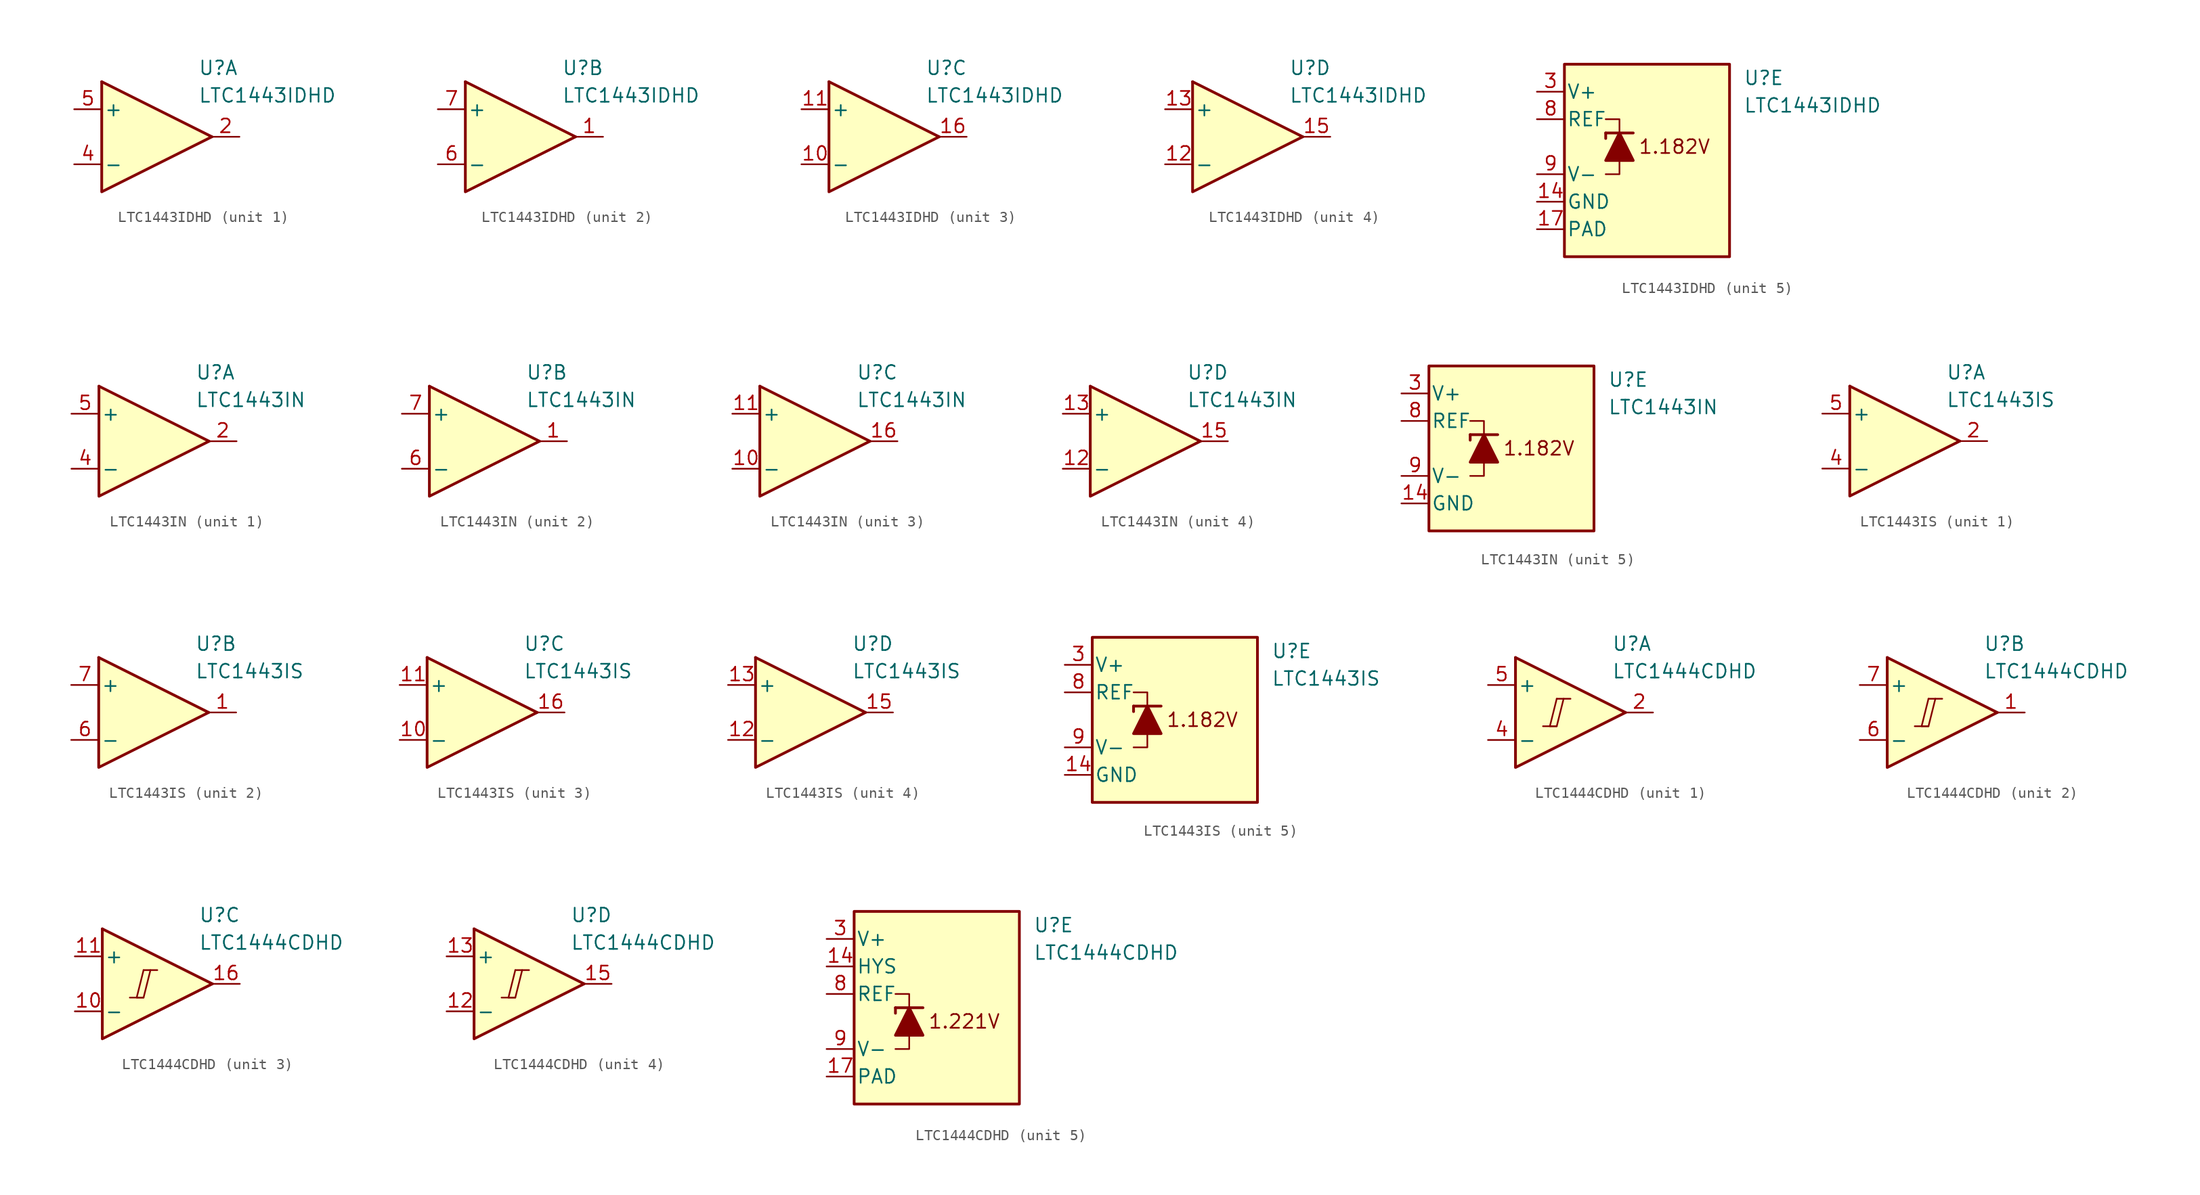
<source format=kicad_sym>
(kicad_symbol_lib
  (version 20211014)
  (generator kicad_symbol_editor)
  (symbol "LTC1443IDHD"
    (pin_names
      (offset 0.2))
    (property "Reference" "U"
      (at 5.08 6.35 0)
      (effects (font (size 1.27 1.27)) (justify left)))
    (property "Value" "LTC1443IDHD"
      (at 5.08 3.81 0)
      (effects (font (size 1.27 1.27)) (justify left)))
    (property "ki_locked" ""
      (at 0 0 0)
      (effects (font (size 1.27 1.27))))
    (symbol "LTC1443IDHD_1_1"
      (polyline (pts (xy -3.81 5.08) (xy 6.35 0)) (stroke (width 0.254) (type default) (color 0 0 0 0)) (fill (type none)))
      (polyline (pts (xy -3.81 5.08) (xy -3.81 -5.08) (xy 6.35 0)) (stroke (width 0.254) (type default) (color 0 0 0 0)) (fill (type background)))
      (pin output line (at 8.89 0 180) (length 2.54) (name "~" (effects (font (size 1.27 1.27)))) (number "2" (effects (font (size 1.27 1.27)))))
      (pin input line (at -6.35 -2.54 0) (length 2.54) (name "-" (effects (font (size 1.27 1.27)))) (number "4" (effects (font (size 1.27 1.27)))))
      (pin input line (at -6.35 2.54 0) (length 2.54) (name "+" (effects (font (size 1.27 1.27)))) (number "5" (effects (font (size 1.27 1.27))))))
    (symbol "LTC1443IDHD_2_1"
      (polyline (pts (xy -3.81 5.08) (xy 6.35 0)) (stroke (width 0.254) (type default) (color 0 0 0 0)) (fill (type none)))
      (polyline (pts (xy -3.81 5.08) (xy -3.81 -5.08) (xy 6.35 0)) (stroke (width 0.254) (type default) (color 0 0 0 0)) (fill (type background)))
      (pin output line (at 8.89 0 180) (length 2.54) (name "~" (effects (font (size 1.27 1.27)))) (number "1" (effects (font (size 1.27 1.27)))))
      (pin input line (at -6.35 -2.54 0) (length 2.54) (name "-" (effects (font (size 1.27 1.27)))) (number "6" (effects (font (size 1.27 1.27)))))
      (pin input line (at -6.35 2.54 0) (length 2.54) (name "+" (effects (font (size 1.27 1.27)))) (number "7" (effects (font (size 1.27 1.27))))))
    (symbol "LTC1443IDHD_3_1"
      (polyline (pts (xy -3.81 5.08) (xy 6.35 0)) (stroke (width 0.254) (type default) (color 0 0 0 0)) (fill (type none)))
      (polyline (pts (xy -3.81 5.08) (xy -3.81 -5.08) (xy 6.35 0)) (stroke (width 0.254) (type default) (color 0 0 0 0)) (fill (type background)))
      (pin input line (at -6.35 -2.54 0) (length 2.54) (name "-" (effects (font (size 1.27 1.27)))) (number "10" (effects (font (size 1.27 1.27)))))
      (pin input line (at -6.35 2.54 0) (length 2.54) (name "+" (effects (font (size 1.27 1.27)))) (number "11" (effects (font (size 1.27 1.27)))))
      (pin output line (at 8.89 0 180) (length 2.54) (name "~" (effects (font (size 1.27 1.27)))) (number "16" (effects (font (size 1.27 1.27))))))
    (symbol "LTC1443IDHD_4_1"
      (polyline (pts (xy -3.81 5.08) (xy 6.35 0)) (stroke (width 0.254) (type default) (color 0 0 0 0)) (fill (type none)))
      (polyline (pts (xy -3.81 5.08) (xy -3.81 -5.08) (xy 6.35 0)) (stroke (width 0.254) (type default) (color 0 0 0 0)) (fill (type background)))
      (pin input line (at -6.35 -2.54 0) (length 2.54) (name "-" (effects (font (size 1.27 1.27)))) (number "12" (effects (font (size 1.27 1.27)))))
      (pin input line (at -6.35 2.54 0) (length 2.54) (name "+" (effects (font (size 1.27 1.27)))) (number "13" (effects (font (size 1.27 1.27)))))
      (pin output line (at 8.89 0 180) (length 2.54) (name "~" (effects (font (size 1.27 1.27)))) (number "15" (effects (font (size 1.27 1.27))))))
    (symbol "LTC1443IDHD_5_0"
      (text "1.182V" (at -1.27 0 0) (effects (font (size 1.27 1.27)))))
    (symbol "LTC1443IDHD_5_1"
      (rectangle (start -11.43 7.62) (end 3.81 -10.16) (stroke (width 0.254) (type default) (color 0 0 0 0)) (fill (type background)))
      (polyline (pts (xy -7.62 1.27) (xy -7.62 0.762)) (stroke (width 0.254) (type default) (color 0 0 0 0)) (fill (type none)))
      (polyline (pts (xy -7.62 1.27) (xy -5.08 1.27)) (stroke (width 0.254) (type default) (color 0 0 0 0)) (fill (type none)))
      (polyline (pts (xy -6.35 -1.27) (xy -6.35 -2.54) (xy -7.62 -2.54)) (stroke (width 0) (type default) (color 0 0 0 0)) (fill (type none)))
      (polyline (pts (xy -6.35 1.27) (xy -6.35 2.54) (xy -7.62 2.54)) (stroke (width 0) (type default) (color 0 0 0 0)) (fill (type none)))
      (polyline (pts (xy -5.08 -1.27) (xy -7.62 -1.27) (xy -6.35 1.27) (xy -5.08 -1.27)) (stroke (width 0.254) (type default) (color 0 0 0 0)) (fill (type outline)))
      (pin power_in line (at -13.97 -5.08 0) (length 2.54) (name "GND" (effects (font (size 1.27 1.27)))) (number "14" (effects (font (size 1.27 1.27)))))
      (pin power_in line (at -13.97 -7.62 0) (length 2.54) (name "PAD" (effects (font (size 1.27 1.27)))) (number "17" (effects (font (size 1.27 1.27)))))
      (pin power_in line (at -13.97 5.08 0) (length 2.54) (name "V+" (effects (font (size 1.27 1.27)))) (number "3" (effects (font (size 1.27 1.27)))))
      (pin output line (at -13.97 2.54 0) (length 2.54) (name "REF" (effects (font (size 1.27 1.27)))) (number "8" (effects (font (size 1.27 1.27)))))
      (pin power_in line (at -13.97 -2.54 0) (length 2.54) (name "V-" (effects (font (size 1.27 1.27)))) (number "9" (effects (font (size 1.27 1.27)))))))
  (symbol "LTC1443IN"
    (pin_names
      (offset 0.2))
    (property "Reference" "U"
      (at 5.08 6.35 0)
      (effects (font (size 1.27 1.27)) (justify left)))
    (property "Value" "LTC1443IN"
      (at 5.08 3.81 0)
      (effects (font (size 1.27 1.27)) (justify left)))
    (property "ki_locked" ""
      (at 0 0 0)
      (effects (font (size 1.27 1.27))))
    (symbol "LTC1443IN_1_1"
      (polyline (pts (xy -3.81 5.08) (xy 6.35 0)) (stroke (width 0.254) (type default) (color 0 0 0 0)) (fill (type none)))
      (polyline (pts (xy -3.81 5.08) (xy -3.81 -5.08) (xy 6.35 0)) (stroke (width 0.254) (type default) (color 0 0 0 0)) (fill (type background)))
      (pin output line (at 8.89 0 180) (length 2.54) (name "~" (effects (font (size 1.27 1.27)))) (number "2" (effects (font (size 1.27 1.27)))))
      (pin input line (at -6.35 -2.54 0) (length 2.54) (name "-" (effects (font (size 1.27 1.27)))) (number "4" (effects (font (size 1.27 1.27)))))
      (pin input line (at -6.35 2.54 0) (length 2.54) (name "+" (effects (font (size 1.27 1.27)))) (number "5" (effects (font (size 1.27 1.27))))))
    (symbol "LTC1443IN_2_1"
      (polyline (pts (xy -3.81 5.08) (xy 6.35 0)) (stroke (width 0.254) (type default) (color 0 0 0 0)) (fill (type none)))
      (polyline (pts (xy -3.81 5.08) (xy -3.81 -5.08) (xy 6.35 0)) (stroke (width 0.254) (type default) (color 0 0 0 0)) (fill (type background)))
      (pin output line (at 8.89 0 180) (length 2.54) (name "~" (effects (font (size 1.27 1.27)))) (number "1" (effects (font (size 1.27 1.27)))))
      (pin input line (at -6.35 -2.54 0) (length 2.54) (name "-" (effects (font (size 1.27 1.27)))) (number "6" (effects (font (size 1.27 1.27)))))
      (pin input line (at -6.35 2.54 0) (length 2.54) (name "+" (effects (font (size 1.27 1.27)))) (number "7" (effects (font (size 1.27 1.27))))))
    (symbol "LTC1443IN_3_1"
      (polyline (pts (xy -3.81 5.08) (xy 6.35 0)) (stroke (width 0.254) (type default) (color 0 0 0 0)) (fill (type none)))
      (polyline (pts (xy -3.81 5.08) (xy -3.81 -5.08) (xy 6.35 0)) (stroke (width 0.254) (type default) (color 0 0 0 0)) (fill (type background)))
      (pin input line (at -6.35 -2.54 0) (length 2.54) (name "-" (effects (font (size 1.27 1.27)))) (number "10" (effects (font (size 1.27 1.27)))))
      (pin input line (at -6.35 2.54 0) (length 2.54) (name "+" (effects (font (size 1.27 1.27)))) (number "11" (effects (font (size 1.27 1.27)))))
      (pin output line (at 8.89 0 180) (length 2.54) (name "~" (effects (font (size 1.27 1.27)))) (number "16" (effects (font (size 1.27 1.27))))))
    (symbol "LTC1443IN_4_1"
      (polyline (pts (xy -3.81 5.08) (xy 6.35 0)) (stroke (width 0.254) (type default) (color 0 0 0 0)) (fill (type none)))
      (polyline (pts (xy -3.81 5.08) (xy -3.81 -5.08) (xy 6.35 0)) (stroke (width 0.254) (type default) (color 0 0 0 0)) (fill (type background)))
      (pin input line (at -6.35 -2.54 0) (length 2.54) (name "-" (effects (font (size 1.27 1.27)))) (number "12" (effects (font (size 1.27 1.27)))))
      (pin input line (at -6.35 2.54 0) (length 2.54) (name "+" (effects (font (size 1.27 1.27)))) (number "13" (effects (font (size 1.27 1.27)))))
      (pin output line (at 8.89 0 180) (length 2.54) (name "~" (effects (font (size 1.27 1.27)))) (number "15" (effects (font (size 1.27 1.27))))))
    (symbol "LTC1443IN_5_0"
      (text "1.182V" (at -1.27 0 0) (effects (font (size 1.27 1.27)))))
    (symbol "LTC1443IN_5_1"
      (rectangle (start -11.43 7.62) (end 3.81 -7.62) (stroke (width 0.254) (type default) (color 0 0 0 0)) (fill (type background)))
      (polyline (pts (xy -7.62 1.27) (xy -7.62 0.762)) (stroke (width 0.254) (type default) (color 0 0 0 0)) (fill (type none)))
      (polyline (pts (xy -7.62 1.27) (xy -5.08 1.27)) (stroke (width 0.254) (type default) (color 0 0 0 0)) (fill (type none)))
      (polyline (pts (xy -6.35 -1.27) (xy -6.35 -2.54) (xy -7.62 -2.54)) (stroke (width 0) (type default) (color 0 0 0 0)) (fill (type none)))
      (polyline (pts (xy -6.35 1.27) (xy -6.35 2.54) (xy -7.62 2.54)) (stroke (width 0) (type default) (color 0 0 0 0)) (fill (type none)))
      (polyline (pts (xy -5.08 -1.27) (xy -7.62 -1.27) (xy -6.35 1.27) (xy -5.08 -1.27)) (stroke (width 0.254) (type default) (color 0 0 0 0)) (fill (type outline)))
      (pin power_in line (at -13.97 -5.08 0) (length 2.54) (name "GND" (effects (font (size 1.27 1.27)))) (number "14" (effects (font (size 1.27 1.27)))))
      (pin power_in line (at -13.97 5.08 0) (length 2.54) (name "V+" (effects (font (size 1.27 1.27)))) (number "3" (effects (font (size 1.27 1.27)))))
      (pin output line (at -13.97 2.54 0) (length 2.54) (name "REF" (effects (font (size 1.27 1.27)))) (number "8" (effects (font (size 1.27 1.27)))))
      (pin power_in line (at -13.97 -2.54 0) (length 2.54) (name "V-" (effects (font (size 1.27 1.27)))) (number "9" (effects (font (size 1.27 1.27)))))))
  (symbol "LTC1443IS"
    (pin_names
      (offset 0.2))
    (property "Reference" "U"
      (at 5.08 6.35 0)
      (effects (font (size 1.27 1.27)) (justify left)))
    (property "Value" "LTC1443IS"
      (at 5.08 3.81 0)
      (effects (font (size 1.27 1.27)) (justify left)))
    (property "ki_locked" ""
      (at 0 0 0)
      (effects (font (size 1.27 1.27))))
    (symbol "LTC1443IS_1_1"
      (polyline (pts (xy -3.81 5.08) (xy 6.35 0)) (stroke (width 0.254) (type default) (color 0 0 0 0)) (fill (type none)))
      (polyline (pts (xy -3.81 5.08) (xy -3.81 -5.08) (xy 6.35 0)) (stroke (width 0.254) (type default) (color 0 0 0 0)) (fill (type background)))
      (pin output line (at 8.89 0 180) (length 2.54) (name "~" (effects (font (size 1.27 1.27)))) (number "2" (effects (font (size 1.27 1.27)))))
      (pin input line (at -6.35 -2.54 0) (length 2.54) (name "-" (effects (font (size 1.27 1.27)))) (number "4" (effects (font (size 1.27 1.27)))))
      (pin input line (at -6.35 2.54 0) (length 2.54) (name "+" (effects (font (size 1.27 1.27)))) (number "5" (effects (font (size 1.27 1.27))))))
    (symbol "LTC1443IS_2_1"
      (polyline (pts (xy -3.81 5.08) (xy 6.35 0)) (stroke (width 0.254) (type default) (color 0 0 0 0)) (fill (type none)))
      (polyline (pts (xy -3.81 5.08) (xy -3.81 -5.08) (xy 6.35 0)) (stroke (width 0.254) (type default) (color 0 0 0 0)) (fill (type background)))
      (pin output line (at 8.89 0 180) (length 2.54) (name "~" (effects (font (size 1.27 1.27)))) (number "1" (effects (font (size 1.27 1.27)))))
      (pin input line (at -6.35 -2.54 0) (length 2.54) (name "-" (effects (font (size 1.27 1.27)))) (number "6" (effects (font (size 1.27 1.27)))))
      (pin input line (at -6.35 2.54 0) (length 2.54) (name "+" (effects (font (size 1.27 1.27)))) (number "7" (effects (font (size 1.27 1.27))))))
    (symbol "LTC1443IS_3_1"
      (polyline (pts (xy -3.81 5.08) (xy 6.35 0)) (stroke (width 0.254) (type default) (color 0 0 0 0)) (fill (type none)))
      (polyline (pts (xy -3.81 5.08) (xy -3.81 -5.08) (xy 6.35 0)) (stroke (width 0.254) (type default) (color 0 0 0 0)) (fill (type background)))
      (pin input line (at -6.35 -2.54 0) (length 2.54) (name "-" (effects (font (size 1.27 1.27)))) (number "10" (effects (font (size 1.27 1.27)))))
      (pin input line (at -6.35 2.54 0) (length 2.54) (name "+" (effects (font (size 1.27 1.27)))) (number "11" (effects (font (size 1.27 1.27)))))
      (pin output line (at 8.89 0 180) (length 2.54) (name "~" (effects (font (size 1.27 1.27)))) (number "16" (effects (font (size 1.27 1.27))))))
    (symbol "LTC1443IS_4_1"
      (polyline (pts (xy -3.81 5.08) (xy 6.35 0)) (stroke (width 0.254) (type default) (color 0 0 0 0)) (fill (type none)))
      (polyline (pts (xy -3.81 5.08) (xy -3.81 -5.08) (xy 6.35 0)) (stroke (width 0.254) (type default) (color 0 0 0 0)) (fill (type background)))
      (pin input line (at -6.35 -2.54 0) (length 2.54) (name "-" (effects (font (size 1.27 1.27)))) (number "12" (effects (font (size 1.27 1.27)))))
      (pin input line (at -6.35 2.54 0) (length 2.54) (name "+" (effects (font (size 1.27 1.27)))) (number "13" (effects (font (size 1.27 1.27)))))
      (pin output line (at 8.89 0 180) (length 2.54) (name "~" (effects (font (size 1.27 1.27)))) (number "15" (effects (font (size 1.27 1.27))))))
    (symbol "LTC1443IS_5_0"
      (text "1.182V" (at -1.27 0 0) (effects (font (size 1.27 1.27)))))
    (symbol "LTC1443IS_5_1"
      (rectangle (start -11.43 7.62) (end 3.81 -7.62) (stroke (width 0.254) (type default) (color 0 0 0 0)) (fill (type background)))
      (polyline (pts (xy -7.62 1.27) (xy -7.62 0.762)) (stroke (width 0.254) (type default) (color 0 0 0 0)) (fill (type none)))
      (polyline (pts (xy -7.62 1.27) (xy -5.08 1.27)) (stroke (width 0.254) (type default) (color 0 0 0 0)) (fill (type none)))
      (polyline (pts (xy -6.35 -1.27) (xy -6.35 -2.54) (xy -7.62 -2.54)) (stroke (width 0) (type default) (color 0 0 0 0)) (fill (type none)))
      (polyline (pts (xy -6.35 1.27) (xy -6.35 2.54) (xy -7.62 2.54)) (stroke (width 0) (type default) (color 0 0 0 0)) (fill (type none)))
      (polyline (pts (xy -5.08 -1.27) (xy -7.62 -1.27) (xy -6.35 1.27) (xy -5.08 -1.27)) (stroke (width 0.254) (type default) (color 0 0 0 0)) (fill (type outline)))
      (pin power_in line (at -13.97 -5.08 0) (length 2.54) (name "GND" (effects (font (size 1.27 1.27)))) (number "14" (effects (font (size 1.27 1.27)))))
      (pin power_in line (at -13.97 5.08 0) (length 2.54) (name "V+" (effects (font (size 1.27 1.27)))) (number "3" (effects (font (size 1.27 1.27)))))
      (pin output line (at -13.97 2.54 0) (length 2.54) (name "REF" (effects (font (size 1.27 1.27)))) (number "8" (effects (font (size 1.27 1.27)))))
      (pin power_in line (at -13.97 -2.54 0) (length 2.54) (name "V-" (effects (font (size 1.27 1.27)))) (number "9" (effects (font (size 1.27 1.27)))))))
  (symbol "LTC1444CDHD"
    (pin_names
      (offset 0.2))
    (property "Reference" "U"
      (at 5.08 6.35 0)
      (effects (font (size 1.27 1.27)) (justify left)))
    (property "Value" "LTC1444CDHD"
      (at 5.08 3.81 0)
      (effects (font (size 1.27 1.27)) (justify left)))
    (property "ki_locked" ""
      (at 0 0 0)
      (effects (font (size 1.27 1.27))))
    (symbol "LTC1444CDHD_1_0"
      (polyline (pts (xy -1.27 -1.27) (xy 0 -1.27)) (stroke (width 0.152) (type default) (color 0 0 0 0)) (fill (type none)))
      (polyline (pts (xy 0 1.27) (xy 1.27 1.27)) (stroke (width 0.152) (type default) (color 0 0 0 0)) (fill (type none)))
      (polyline (pts (xy 0 1.27) (xy -0.635 -1.27) (xy 0 -1.27) (xy 0.635 1.27)) (stroke (width 0.152) (type default) (color 0 0 0 0)) (fill (type none))))
    (symbol "LTC1444CDHD_1_1"
      (polyline (pts (xy -3.81 5.08) (xy 6.35 0)) (stroke (width 0.254) (type default) (color 0 0 0 0)) (fill (type none)))
      (polyline (pts (xy -3.81 5.08) (xy -3.81 -5.08) (xy 6.35 0)) (stroke (width 0.254) (type default) (color 0 0 0 0)) (fill (type background)))
      (pin output line (at 8.89 0 180) (length 2.54) (name "~" (effects (font (size 1.27 1.27)))) (number "2" (effects (font (size 1.27 1.27)))))
      (pin input line (at -6.35 -2.54 0) (length 2.54) (name "-" (effects (font (size 1.27 1.27)))) (number "4" (effects (font (size 1.27 1.27)))))
      (pin input line (at -6.35 2.54 0) (length 2.54) (name "+" (effects (font (size 1.27 1.27)))) (number "5" (effects (font (size 1.27 1.27))))))
    (symbol "LTC1444CDHD_2_0"
      (polyline (pts (xy -1.27 -1.27) (xy 0 -1.27)) (stroke (width 0.152) (type default) (color 0 0 0 0)) (fill (type none)))
      (polyline (pts (xy 0 1.27) (xy 1.27 1.27)) (stroke (width 0.152) (type default) (color 0 0 0 0)) (fill (type none)))
      (polyline (pts (xy 0 1.27) (xy -0.635 -1.27) (xy 0 -1.27) (xy 0.635 1.27)) (stroke (width 0.152) (type default) (color 0 0 0 0)) (fill (type none))))
    (symbol "LTC1444CDHD_2_1"
      (polyline (pts (xy -3.81 5.08) (xy 6.35 0)) (stroke (width 0.254) (type default) (color 0 0 0 0)) (fill (type none)))
      (polyline (pts (xy -3.81 5.08) (xy -3.81 -5.08) (xy 6.35 0)) (stroke (width 0.254) (type default) (color 0 0 0 0)) (fill (type background)))
      (pin output line (at 8.89 0 180) (length 2.54) (name "~" (effects (font (size 1.27 1.27)))) (number "1" (effects (font (size 1.27 1.27)))))
      (pin input line (at -6.35 -2.54 0) (length 2.54) (name "-" (effects (font (size 1.27 1.27)))) (number "6" (effects (font (size 1.27 1.27)))))
      (pin input line (at -6.35 2.54 0) (length 2.54) (name "+" (effects (font (size 1.27 1.27)))) (number "7" (effects (font (size 1.27 1.27))))))
    (symbol "LTC1444CDHD_3_0"
      (polyline (pts (xy -1.27 -1.27) (xy 0 -1.27)) (stroke (width 0.152) (type default) (color 0 0 0 0)) (fill (type none)))
      (polyline (pts (xy 0 1.27) (xy 1.27 1.27)) (stroke (width 0.152) (type default) (color 0 0 0 0)) (fill (type none)))
      (polyline (pts (xy 0 1.27) (xy -0.635 -1.27) (xy 0 -1.27) (xy 0.635 1.27)) (stroke (width 0.152) (type default) (color 0 0 0 0)) (fill (type none))))
    (symbol "LTC1444CDHD_3_1"
      (polyline (pts (xy -3.81 5.08) (xy 6.35 0)) (stroke (width 0.254) (type default) (color 0 0 0 0)) (fill (type none)))
      (polyline (pts (xy -3.81 5.08) (xy -3.81 -5.08) (xy 6.35 0)) (stroke (width 0.254) (type default) (color 0 0 0 0)) (fill (type background)))
      (pin input line (at -6.35 -2.54 0) (length 2.54) (name "-" (effects (font (size 1.27 1.27)))) (number "10" (effects (font (size 1.27 1.27)))))
      (pin input line (at -6.35 2.54 0) (length 2.54) (name "+" (effects (font (size 1.27 1.27)))) (number "11" (effects (font (size 1.27 1.27)))))
      (pin output line (at 8.89 0 180) (length 2.54) (name "~" (effects (font (size 1.27 1.27)))) (number "16" (effects (font (size 1.27 1.27))))))
    (symbol "LTC1444CDHD_4_0"
      (polyline (pts (xy -1.27 -1.27) (xy 0 -1.27)) (stroke (width 0.152) (type default) (color 0 0 0 0)) (fill (type none)))
      (polyline (pts (xy 0 1.27) (xy 1.27 1.27)) (stroke (width 0.152) (type default) (color 0 0 0 0)) (fill (type none)))
      (polyline (pts (xy 0 1.27) (xy -0.635 -1.27) (xy 0 -1.27) (xy 0.635 1.27)) (stroke (width 0.152) (type default) (color 0 0 0 0)) (fill (type none))))
    (symbol "LTC1444CDHD_4_1"
      (polyline (pts (xy -3.81 5.08) (xy 6.35 0)) (stroke (width 0.254) (type default) (color 0 0 0 0)) (fill (type none)))
      (polyline (pts (xy -3.81 5.08) (xy -3.81 -5.08) (xy 6.35 0)) (stroke (width 0.254) (type default) (color 0 0 0 0)) (fill (type background)))
      (pin input line (at -6.35 -2.54 0) (length 2.54) (name "-" (effects (font (size 1.27 1.27)))) (number "12" (effects (font (size 1.27 1.27)))))
      (pin input line (at -6.35 2.54 0) (length 2.54) (name "+" (effects (font (size 1.27 1.27)))) (number "13" (effects (font (size 1.27 1.27)))))
      (pin output line (at 8.89 0 180) (length 2.54) (name "~" (effects (font (size 1.27 1.27)))) (number "15" (effects (font (size 1.27 1.27))))))
    (symbol "LTC1444CDHD_5_0"
      (text "1.221V" (at -1.27 -2.54 0) (effects (font (size 1.27 1.27)))))
    (symbol "LTC1444CDHD_5_1"
      (rectangle (start -11.43 7.62) (end 3.81 -10.16) (stroke (width 0.254) (type default) (color 0 0 0 0)) (fill (type background)))
      (polyline (pts (xy -7.62 -1.27) (xy -7.62 -1.778)) (stroke (width 0.254) (type default) (color 0 0 0 0)) (fill (type none)))
      (polyline (pts (xy -7.62 -1.27) (xy -5.08 -1.27)) (stroke (width 0.254) (type default) (color 0 0 0 0)) (fill (type none)))
      (polyline (pts (xy -6.35 -3.81) (xy -6.35 -5.08) (xy -7.62 -5.08)) (stroke (width 0) (type default) (color 0 0 0 0)) (fill (type none)))
      (polyline (pts (xy -6.35 -1.27) (xy -6.35 0) (xy -7.62 0)) (stroke (width 0) (type default) (color 0 0 0 0)) (fill (type none)))
      (polyline (pts (xy -5.08 -3.81) (xy -7.62 -3.81) (xy -6.35 -1.27) (xy -5.08 -3.81)) (stroke (width 0.254) (type default) (color 0 0 0 0)) (fill (type outline)))
      (pin input line (at -13.97 2.54 0) (length 2.54) (name "HYS" (effects (font (size 1.27 1.27)))) (number "14" (effects (font (size 1.27 1.27)))))
      (pin power_in line (at -13.97 -7.62 0) (length 2.54) (name "PAD" (effects (font (size 1.27 1.27)))) (number "17" (effects (font (size 1.27 1.27)))))
      (pin power_in line (at -13.97 5.08 0) (length 2.54) (name "V+" (effects (font (size 1.27 1.27)))) (number "3" (effects (font (size 1.27 1.27)))))
      (pin output line (at -13.97 0 0) (length 2.54) (name "REF" (effects (font (size 1.27 1.27)))) (number "8" (effects (font (size 1.27 1.27)))))
      (pin power_in line (at -13.97 -5.08 0) (length 2.54) (name "V-" (effects (font (size 1.27 1.27)))) (number "9" (effects (font (size 1.27 1.27))))))))
</source>
